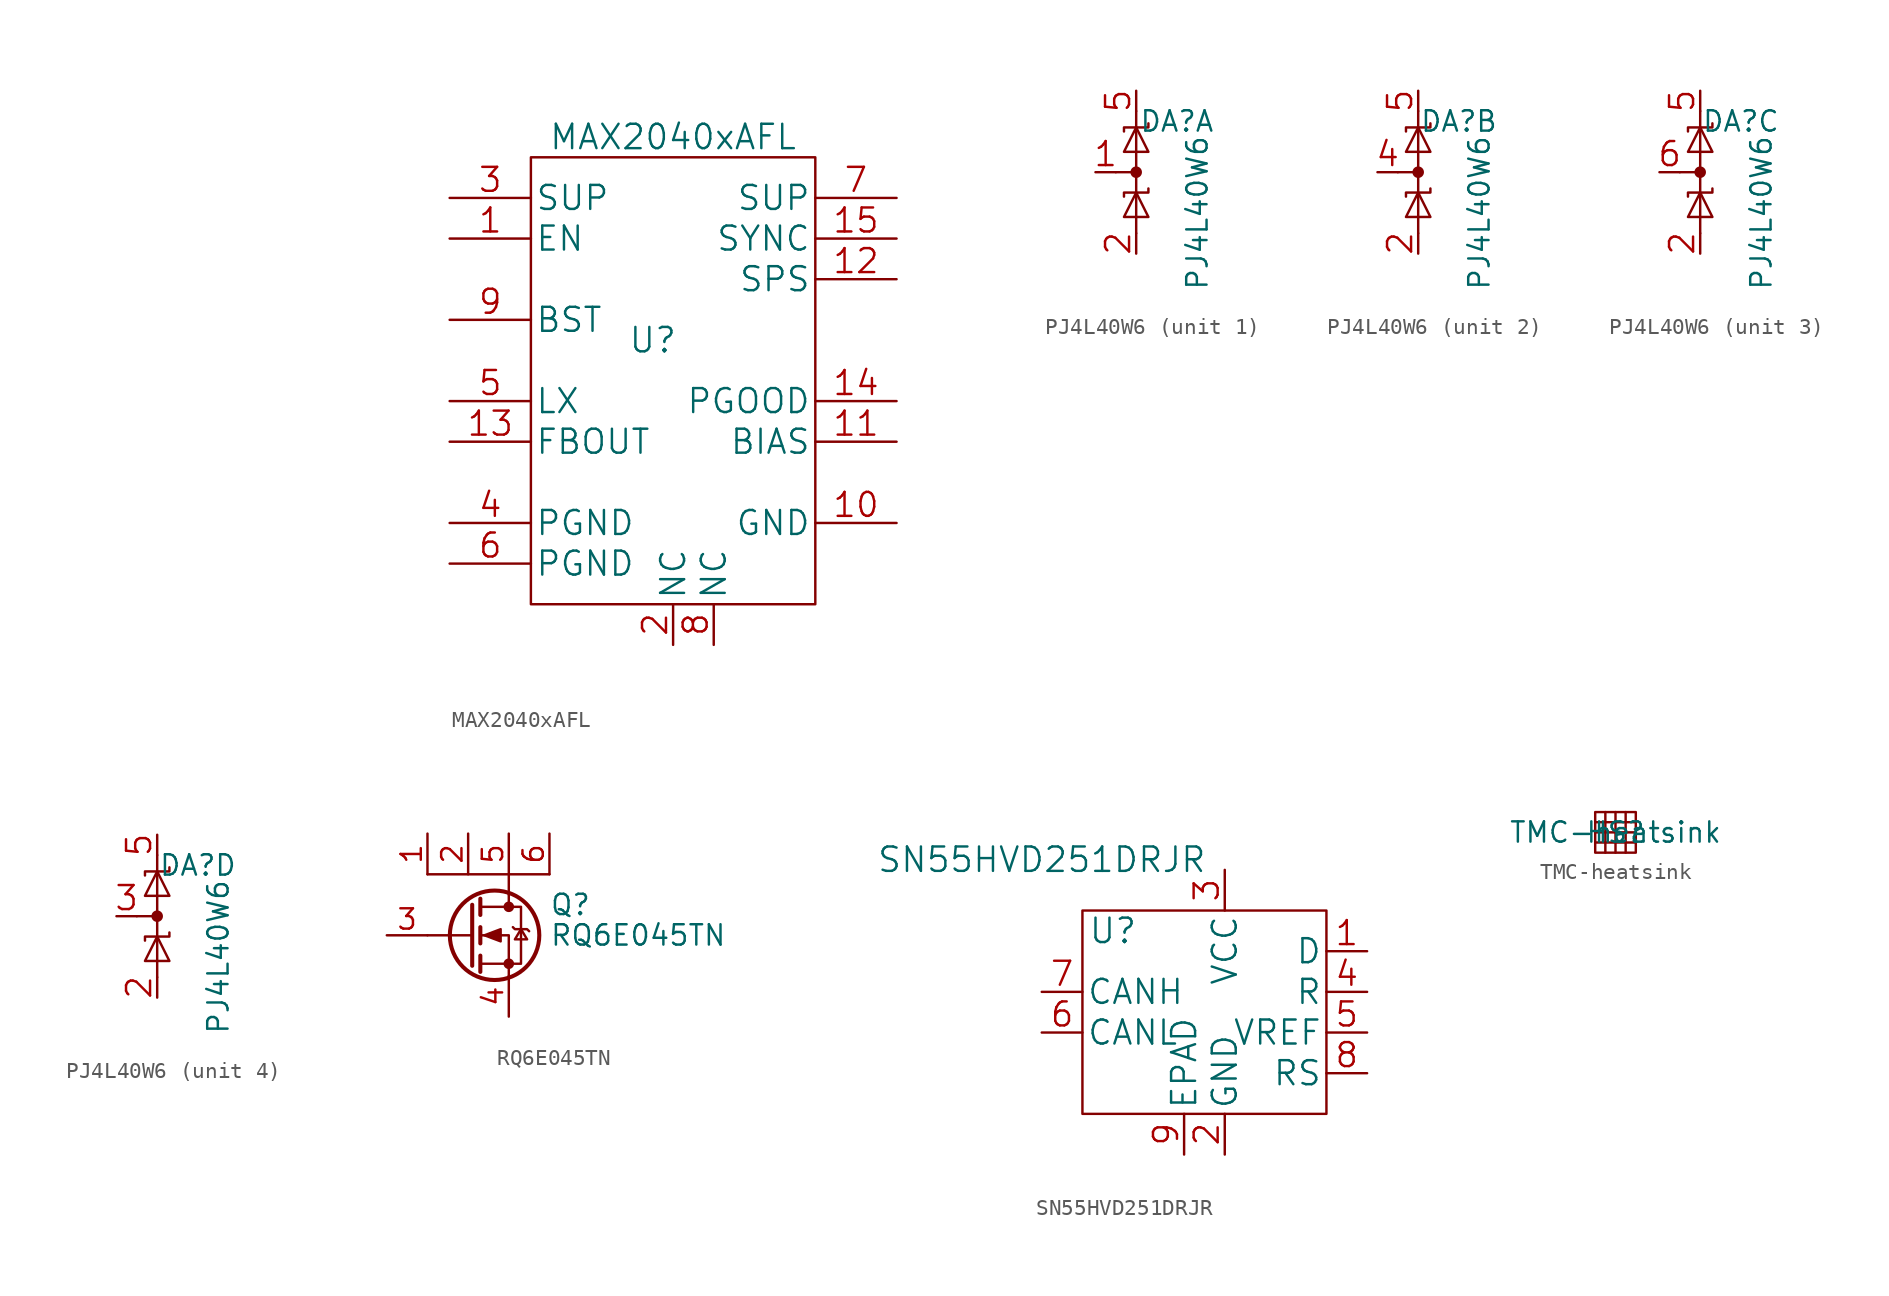
<source format=kicad_sym>
(kicad_symbol_lib
  (version 20211014)
  (generator kicad_symbol_editor)
  (symbol "MAX2040xAFL"
    (pin_names
      (offset 0.254))
    (property "Reference" "U"
      (at 12.7 -8.89 0)
      (effects (font (size 1.524 1.524))))
    (property "Value" "MAX2040xAFL"
      (at 13.97 3.81 0)
      (effects (font (size 1.524 1.524))))
    (property "Datasheet" ""
      (at -19.05 0.635 0)
      (effects (font (size 1.524 1.524))))
    (symbol "MAX2040xAFL_0_1"
      (rectangle (start 5.08 2.54) (end 22.86 -25.4) (stroke (width 0) (type default) (color 0 0 0 0)) (fill (type none))))
    (symbol "MAX2040xAFL_1_1"
      (pin input line (at 0 -2.54 0) (length 5.08) (name "EN" (effects (font (size 1.499 1.499)))) (number "1" (effects (font (size 1.499 1.499)))))
      (pin power_in line (at 27.94 -20.32 180) (length 5.08) (name "GND" (effects (font (size 1.499 1.499)))) (number "10" (effects (font (size 1.499 1.499)))))
      (pin unspecified line (at 27.94 -15.24 180) (length 5.08) (name "BIAS" (effects (font (size 1.499 1.499)))) (number "11" (effects (font (size 1.499 1.499)))))
      (pin unspecified line (at 27.94 -5.08 180) (length 5.08) (name "SPS" (effects (font (size 1.499 1.499)))) (number "12" (effects (font (size 1.499 1.499)))))
      (pin input line (at 0 -15.24 0) (length 5.08) (name "FBOUT" (effects (font (size 1.499 1.499)))) (number "13" (effects (font (size 1.499 1.499)))))
      (pin output line (at 27.94 -12.7 180) (length 5.08) (name "PGOOD" (effects (font (size 1.499 1.499)))) (number "14" (effects (font (size 1.499 1.499)))))
      (pin input line (at 27.94 -2.54 180) (length 5.08) (name "SYNC" (effects (font (size 1.499 1.499)))) (number "15" (effects (font (size 1.499 1.499)))))
      (pin unspecified line (at 13.97 -27.94 90) (length 2.54) (name "NC" (effects (font (size 1.499 1.499)))) (number "2" (effects (font (size 1.499 1.499)))))
      (pin input line (at 0 0 0) (length 5.08) (name "SUP" (effects (font (size 1.499 1.499)))) (number "3" (effects (font (size 1.499 1.499)))))
      (pin power_in line (at 0 -20.32 0) (length 5.08) (name "PGND" (effects (font (size 1.499 1.499)))) (number "4" (effects (font (size 1.499 1.499)))))
      (pin unspecified line (at 0 -12.7 0) (length 5.08) (name "LX" (effects (font (size 1.499 1.499)))) (number "5" (effects (font (size 1.499 1.499)))))
      (pin power_in line (at 0 -22.86 0) (length 5.08) (name "PGND" (effects (font (size 1.499 1.499)))) (number "6" (effects (font (size 1.499 1.499)))))
      (pin input line (at 27.94 0 180) (length 5.08) (name "SUP" (effects (font (size 1.499 1.499)))) (number "7" (effects (font (size 1.499 1.499)))))
      (pin unspecified line (at 16.51 -27.94 90) (length 2.54) (name "NC" (effects (font (size 1.499 1.499)))) (number "8" (effects (font (size 1.499 1.499)))))
      (pin unspecified line (at 0 -7.62 0) (length 5.08) (name "BST" (effects (font (size 1.499 1.499)))) (number "9" (effects (font (size 1.499 1.499)))))))
  (symbol "PJ4L40W6"
    (property "Reference" "DA"
      (at 2.54 3.175 0)
      (effects (font (size 1.27 1.27))))
    (property "Value" "PJ4L40W6"
      (at 3.81 -2.54 90)
      (effects (font (size 1.27 1.27))))
    (symbol "PJ4L40W6_0_1"
      (polyline (pts (xy -1.27 0) (xy 0 0)) (stroke (width 0) (type default) (color 0 0 0 0)) (fill (type none)))
      (polyline (pts (xy 0 3.81) (xy 0 -3.81)) (stroke (width 0) (type default) (color 0 0 0 0)) (fill (type none)))
      (polyline (pts (xy -0.762 -1.524) (xy -0.762 -1.27) (xy 0.762 -1.27) (xy 0.762 -1.016)) (stroke (width 0) (type default) (color 0 0 0 0)) (fill (type none)))
      (polyline (pts (xy -0.762 2.54) (xy -0.762 2.794) (xy 0.762 2.794) (xy 0.762 3.048)) (stroke (width 0) (type default) (color 0 0 0 0)) (fill (type none)))
      (polyline (pts (xy 0 -2.794) (xy -0.762 -2.794) (xy 0 -1.27) (xy 0.762 -2.794) (xy 0 -2.794)) (stroke (width 0) (type default) (color 0 0 0 0)) (fill (type none)))
      (polyline (pts (xy 0 1.27) (xy -0.762 1.27) (xy 0 2.794) (xy 0.762 1.27) (xy 0 1.27)) (stroke (width 0) (type default) (color 0 0 0 0)) (fill (type none)))
      (circle (center 0 0) (radius 0.284) (stroke (width 0) (type default) (color 0 0 0 0)) (fill (type outline)))
      (pin passive line (at 0 -5.08 90) (length 1.27) (name "" (effects (font (size 1.499 1.499)))) (number "2" (effects (font (size 1.499 1.499)))))
      (pin passive line (at 0 5.08 270) (length 1.27) (name "" (effects (font (size 1.499 1.499)))) (number "5" (effects (font (size 1.499 1.499))))))
    (symbol "PJ4L40W6_1_1"
      (pin passive line (at -2.54 0 0) (length 1.27) (name "" (effects (font (size 1.499 1.499)))) (number "1" (effects (font (size 1.499 1.499))))))
    (symbol "PJ4L40W6_2_1"
      (pin passive line (at -2.54 0 0) (length 1.27) (name "" (effects (font (size 1.499 1.499)))) (number "4" (effects (font (size 1.499 1.499))))))
    (symbol "PJ4L40W6_3_1"
      (pin passive line (at -2.54 0 0) (length 1.27) (name "" (effects (font (size 1.499 1.499)))) (number "6" (effects (font (size 1.499 1.499))))))
    (symbol "PJ4L40W6_4_1"
      (pin passive line (at -2.54 0 0) (length 1.27) (name "" (effects (font (size 1.499 1.499)))) (number "3" (effects (font (size 1.499 1.499)))))))
  (symbol "RQ6E045TN"
    (pin_names hide)
    (property "Reference" "Q"
      (at 5.08 1.905 0)
      (effects (font (size 1.27 1.27)) (justify left)))
    (property "Value" "RQ6E045TN"
      (at 5.08 0 0)
      (effects (font (size 1.27 1.27)) (justify left)))
    (symbol "RQ6E045TN_0_1"
      (polyline (pts (xy 0.254 0) (xy -2.54 0)) (stroke (width 0) (type default) (color 0 0 0 0)) (fill (type none)))
      (polyline (pts (xy 0.254 1.905) (xy 0.254 -1.905)) (stroke (width 0.254) (type default) (color 0 0 0 0)) (fill (type none)))
      (polyline (pts (xy 0.762 -1.27) (xy 0.762 -2.286)) (stroke (width 0.254) (type default) (color 0 0 0 0)) (fill (type none)))
      (polyline (pts (xy 0.762 0.508) (xy 0.762 -0.508)) (stroke (width 0.254) (type default) (color 0 0 0 0)) (fill (type none)))
      (polyline (pts (xy 0.762 2.286) (xy 0.762 1.27)) (stroke (width 0.254) (type default) (color 0 0 0 0)) (fill (type none)))
      (polyline (pts (xy 2.54 2.54) (xy 2.54 1.778)) (stroke (width 0) (type default) (color 0 0 0 0)) (fill (type none)))
      (polyline (pts (xy 2.54 2.54) (xy 2.54 3.81)) (stroke (width 0) (type default) (color 0 0 0 0)) (fill (type none)))
      (polyline (pts (xy 5.08 3.81) (xy -2.54 3.81)) (stroke (width 0) (type default) (color 0 0 0 0)) (fill (type none)))
      (polyline (pts (xy 2.54 -2.54) (xy 2.54 0) (xy 0.762 0)) (stroke (width 0) (type default) (color 0 0 0 0)) (fill (type none)))
      (polyline (pts (xy 0.762 -1.778) (xy 3.302 -1.778) (xy 3.302 1.778) (xy 0.762 1.778)) (stroke (width 0) (type default) (color 0 0 0 0)) (fill (type none)))
      (polyline (pts (xy 1.016 0) (xy 2.032 0.381) (xy 2.032 -0.381) (xy 1.016 0)) (stroke (width 0) (type default) (color 0 0 0 0)) (fill (type outline)))
      (polyline (pts (xy 2.794 0.508) (xy 2.921 0.381) (xy 3.683 0.381) (xy 3.81 0.254)) (stroke (width 0) (type default) (color 0 0 0 0)) (fill (type none)))
      (polyline (pts (xy 3.302 0.381) (xy 2.921 -0.254) (xy 3.683 -0.254) (xy 3.302 0.381)) (stroke (width 0) (type default) (color 0 0 0 0)) (fill (type none)))
      (circle (center 1.651 0) (radius 2.794) (stroke (width 0.254) (type default) (color 0 0 0 0)) (fill (type none)))
      (circle (center 2.54 -1.778) (radius 0.254) (stroke (width 0) (type default) (color 0 0 0 0)) (fill (type outline)))
      (circle (center 2.54 1.778) (radius 0.254) (stroke (width 0) (type default) (color 0 0 0 0)) (fill (type outline))))
    (symbol "RQ6E045TN_1_1"
      (pin passive line (at -2.54 6.35 270) (length 2.54) (name "D" (effects (font (size 1.27 1.27)))) (number "1" (effects (font (size 1.27 1.27)))))
      (pin passive line (at 0 6.35 270) (length 2.54) (name "D" (effects (font (size 1.27 1.27)))) (number "2" (effects (font (size 1.27 1.27)))))
      (pin passive line (at -5.08 0 0) (length 2.54) (name "G" (effects (font (size 1.27 1.27)))) (number "3" (effects (font (size 1.27 1.27)))))
      (pin passive line (at 2.54 -5.08 90) (length 2.54) (name "S" (effects (font (size 1.27 1.27)))) (number "4" (effects (font (size 1.27 1.27)))))
      (pin passive line (at 2.54 6.35 270) (length 2.54) (name "D" (effects (font (size 1.27 1.27)))) (number "5" (effects (font (size 1.27 1.27)))))
      (pin passive line (at 5.08 6.35 270) (length 2.54) (name "D" (effects (font (size 1.27 1.27)))) (number "6" (effects (font (size 1.27 1.27)))))))
  (symbol "SN55HVD251DRJR"
    (pin_names
      (offset 0.254))
    (property "Reference" "U"
      (at 4.445 -1.27 0)
      (effects (font (size 1.524 1.524))))
    (property "Value" "SN55HVD251DRJR"
      (at 0 3.175 0)
      (effects (font (size 1.524 1.524))))
    (property "Datasheet" ""
      (at 9.525 -9.525 0)
      (effects (font (size 1.524 1.524))))
    (symbol "SN55HVD251DRJR_1_1"
      (rectangle (start 2.54 0) (end 17.78 -12.7) (stroke (width 0) (type default) (color 0 0 0 0)) (fill (type none)))
      (pin unspecified line (at 20.32 -2.54 180) (length 2.54) (name "D" (effects (font (size 1.499 1.499)))) (number "1" (effects (font (size 1.499 1.499)))))
      (pin power_in line (at 11.43 -15.24 90) (length 2.54) (name "GND" (effects (font (size 1.499 1.499)))) (number "2" (effects (font (size 1.499 1.499)))))
      (pin power_in line (at 11.43 2.54 270) (length 2.54) (name "VCC" (effects (font (size 1.499 1.499)))) (number "3" (effects (font (size 1.499 1.499)))))
      (pin unspecified line (at 20.32 -5.08 180) (length 2.54) (name "R" (effects (font (size 1.499 1.499)))) (number "4" (effects (font (size 1.499 1.499)))))
      (pin power_in line (at 20.32 -7.62 180) (length 2.54) (name "VREF" (effects (font (size 1.499 1.499)))) (number "5" (effects (font (size 1.499 1.499)))))
      (pin unspecified line (at 0 -7.62 0) (length 2.54) (name "CANL" (effects (font (size 1.499 1.499)))) (number "6" (effects (font (size 1.499 1.499)))))
      (pin unspecified line (at 0 -5.08 0) (length 2.54) (name "CANH" (effects (font (size 1.499 1.499)))) (number "7" (effects (font (size 1.499 1.499)))))
      (pin unspecified line (at 20.32 -10.16 180) (length 2.54) (name "RS" (effects (font (size 1.499 1.499)))) (number "8" (effects (font (size 1.499 1.499)))))
      (pin unspecified line (at 8.89 -15.24 90) (length 2.54) (name "EPAD" (effects (font (size 1.499 1.499)))) (number "9" (effects (font (size 1.499 1.499)))))))
  (symbol "TMC-heatsink"
    (property "Reference" "HS"
      (at 0 0 0)
      (effects (font (size 1.27 1.27))))
    (property "Value" "TMC-heatsink"
      (at 0 0 0)
      (effects (font (size 1.27 1.27))))
    (symbol "TMC-heatsink_0_1"
      (rectangle (start -1.27 1.27) (end 1.27 -1.27) (stroke (width 0) (type default) (color 0 0 0 0)) (fill (type none)))
      (polyline (pts (xy -1.27 -0.635) (xy 1.27 -0.635)) (stroke (width 0) (type default) (color 0 0 0 0)) (fill (type none)))
      (polyline (pts (xy -1.27 0) (xy 1.27 0)) (stroke (width 0) (type default) (color 0 0 0 0)) (fill (type none)))
      (polyline (pts (xy -1.27 0.635) (xy 1.27 0.635)) (stroke (width 0) (type default) (color 0 0 0 0)) (fill (type none)))
      (polyline (pts (xy -0.635 1.27) (xy -0.635 -1.27)) (stroke (width 0) (type default) (color 0 0 0 0)) (fill (type none)))
      (polyline (pts (xy 0 1.27) (xy 0 -1.27)) (stroke (width 0) (type default) (color 0 0 0 0)) (fill (type none)))
      (polyline (pts (xy 0.635 1.27) (xy 0.635 -1.27)) (stroke (width 0) (type default) (color 0 0 0 0)) (fill (type none))))))
</source>
